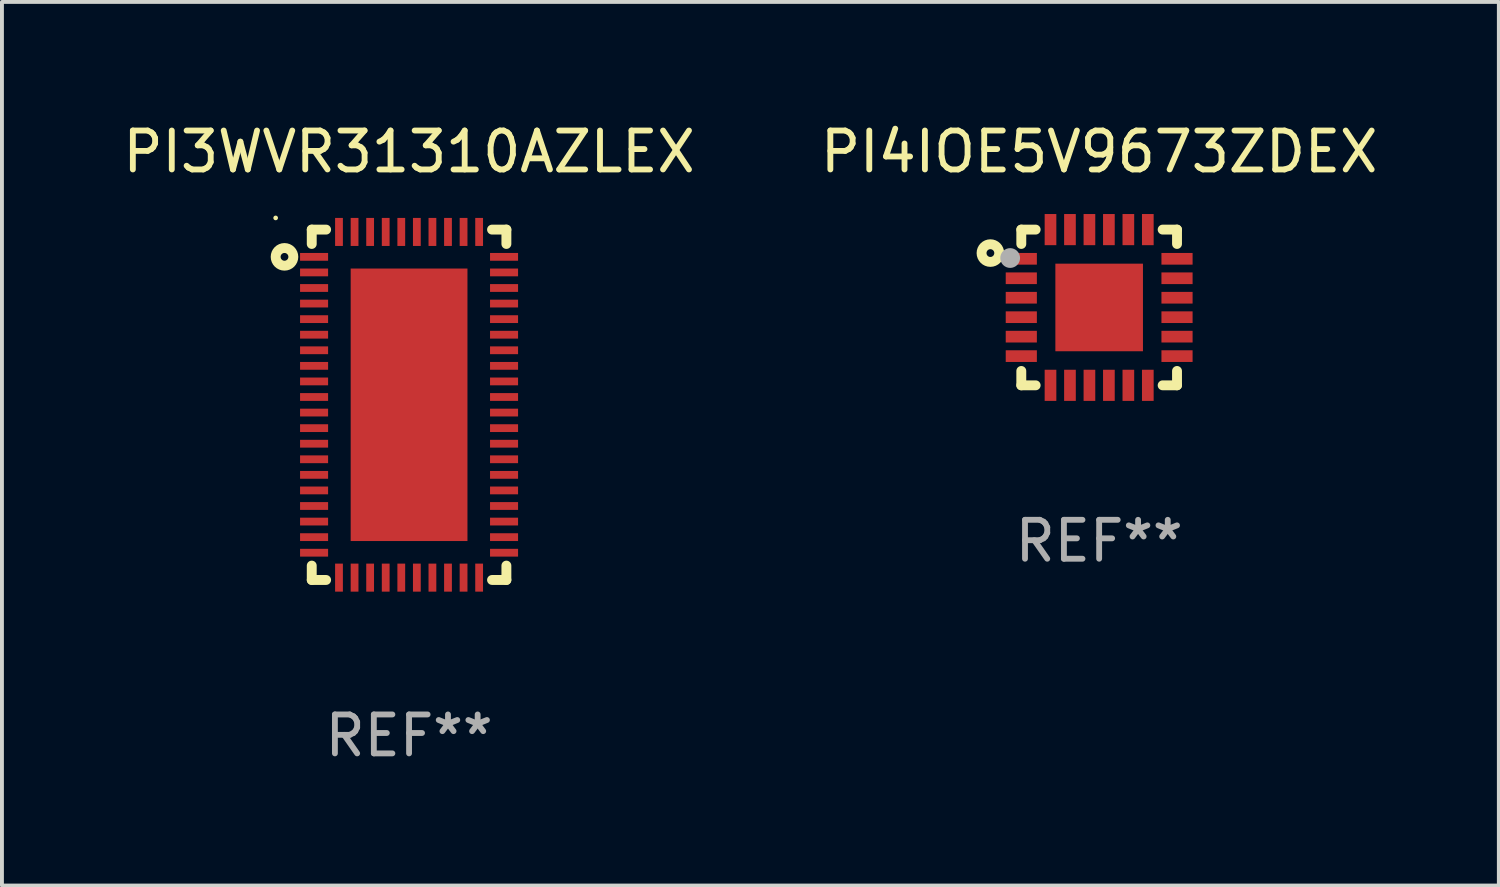
<source format=kicad_pcb>
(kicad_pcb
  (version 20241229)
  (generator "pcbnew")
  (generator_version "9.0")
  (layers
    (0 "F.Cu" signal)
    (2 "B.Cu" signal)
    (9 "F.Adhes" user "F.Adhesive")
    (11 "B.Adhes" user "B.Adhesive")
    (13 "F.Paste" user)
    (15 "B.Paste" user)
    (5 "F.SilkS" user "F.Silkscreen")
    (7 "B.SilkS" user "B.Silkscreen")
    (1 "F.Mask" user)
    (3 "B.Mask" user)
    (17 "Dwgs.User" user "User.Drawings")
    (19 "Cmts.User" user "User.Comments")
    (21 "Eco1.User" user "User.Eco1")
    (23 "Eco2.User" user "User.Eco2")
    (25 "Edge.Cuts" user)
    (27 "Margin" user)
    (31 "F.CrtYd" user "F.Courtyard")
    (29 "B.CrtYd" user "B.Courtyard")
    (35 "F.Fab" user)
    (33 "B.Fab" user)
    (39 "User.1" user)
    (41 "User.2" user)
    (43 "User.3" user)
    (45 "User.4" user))
  (footprint "PI4IOE5V9673ZDEX"
    (layer "F.Cu")
    (at 25.185 4.848)
    (property "Reference" "PI4IOE5V9673ZDEX" (at 0 -4 0) (layer "F.SilkS") (effects (font (size 1 1) (thickness 0.15))))
    (attr through_hole)
    (fp_line (start -2 -2) (end -1.631 -2) (stroke (width 0.254) (type solid)) (layer "F.SilkS"))
    (fp_line (start -2 -1.631) (end -2 -2) (stroke (width 0.254) (type solid)) (layer "F.SilkS"))
    (fp_line (start -2 2) (end -2 1.631) (stroke (width 0.254) (type solid)) (layer "F.SilkS"))
    (fp_line (start -1.631 2) (end -2 2) (stroke (width 0.254) (type solid)) (layer "F.SilkS"))
    (fp_line (start 1.631 -2) (end 2 -2) (stroke (width 0.254) (type solid)) (layer "F.SilkS"))
    (fp_line (start 2 -2) (end 2 -1.631) (stroke (width 0.254) (type solid)) (layer "F.SilkS"))
    (fp_line (start 2 1.631) (end 2 2) (stroke (width 0.254) (type solid)) (layer "F.SilkS"))
    (fp_line (start 2 2) (end 1.631 2) (stroke (width 0.254) (type solid)) (layer "F.SilkS"))
    (fp_circle (center -2.794 -1.397) (end -2.694 -1.397) (stroke (width 0.254) (type solid)) (fill no) (layer "F.SilkS"))
    (fp_circle (center -2 -2) (end -1.97 -2) (stroke (width 0.06) (type solid)) (fill no) (layer "F.SilkS"))
    (fp_circle (center -2.286 -1.27) (end -2.159 -1.27) (stroke (width 0.254) (type solid)) (fill no) (layer "F.Fab"))
    (fp_text user "REF**" (at 0 6 0) (layer "F.Fab") (effects (font (size 1 1) (thickness 0.15))))
    (pad "1" smd rect (at -2 -1.25) (size 0.8 0.3) (layers "F.Cu" "F.Mask" "F.Paste"))
    (pad "2" smd rect (at -2 -0.75) (size 0.8 0.3) (layers "F.Cu" "F.Mask" "F.Paste"))
    (pad "3" smd rect (at -2 -0.25) (size 0.8 0.3) (layers "F.Cu" "F.Mask" "F.Paste"))
    (pad "4" smd rect (at -2 0.25) (size 0.8 0.3) (layers "F.Cu" "F.Mask" "F.Paste"))
    (pad "5" smd rect (at -2 0.75) (size 0.8 0.3) (layers "F.Cu" "F.Mask" "F.Paste"))
    (pad "6" smd rect (at -2 1.25) (size 0.8 0.3) (layers "F.Cu" "F.Mask" "F.Paste"))
    (pad "7" smd rect (at -1.25 2) (size 0.3 0.8) (layers "F.Cu" "F.Mask" "F.Paste"))
    (pad "8" smd rect (at -0.75 2) (size 0.3 0.8) (layers "F.Cu" "F.Mask" "F.Paste"))
    (pad "9" smd rect (at -0.25 2) (size 0.3 0.8) (layers "F.Cu" "F.Mask" "F.Paste"))
    (pad "10" smd rect (at 0.25 2) (size 0.3 0.8) (layers "F.Cu" "F.Mask" "F.Paste"))
    (pad "11" smd rect (at 0.75 2) (size 0.3 0.8) (layers "F.Cu" "F.Mask" "F.Paste"))
    (pad "12" smd rect (at 1.25 2) (size 0.3 0.8) (layers "F.Cu" "F.Mask" "F.Paste"))
    (pad "13" smd rect (at 2 1.25) (size 0.8 0.3) (layers "F.Cu" "F.Mask" "F.Paste"))
    (pad "14" smd rect (at 2 0.75) (size 0.8 0.3) (layers "F.Cu" "F.Mask" "F.Paste"))
    (pad "15" smd rect (at 2 0.25) (size 0.8 0.3) (layers "F.Cu" "F.Mask" "F.Paste"))
    (pad "16" smd rect (at 2 -0.25) (size 0.8 0.3) (layers "F.Cu" "F.Mask" "F.Paste"))
    (pad "17" smd rect (at 2 -0.75) (size 0.8 0.3) (layers "F.Cu" "F.Mask" "F.Paste"))
    (pad "18" smd rect (at 2 -1.25) (size 0.8 0.3) (layers "F.Cu" "F.Mask" "F.Paste"))
    (pad "19" smd rect (at 1.25 -2) (size 0.3 0.8) (layers "F.Cu" "F.Mask" "F.Paste"))
    (pad "20" smd rect (at 0.75 -2) (size 0.3 0.8) (layers "F.Cu" "F.Mask" "F.Paste"))
    (pad "21" smd rect (at 0.25 -2) (size 0.3 0.8) (layers "F.Cu" "F.Mask" "F.Paste"))
    (pad "22" smd rect (at -0.25 -2) (size 0.3 0.8) (layers "F.Cu" "F.Mask" "F.Paste"))
    (pad "23" smd rect (at -0.75 -2) (size 0.3 0.8) (layers "F.Cu" "F.Mask" "F.Paste"))
    (pad "24" smd rect (at -1.25 -2) (size 0.3 0.8) (layers "F.Cu" "F.Mask" "F.Paste"))
    (pad "25" smd rect (at 0.000051 -0.000013) (size 2.25 2.25) (layers "F.Cu" "F.Mask" "F.Paste")))
  (footprint "PI3WVR31310AZLEX"
    (layer "F.Cu")
    (at 7.458 7.348)
    (property "Reference" "PI3WVR31310AZLEX" (at 0 -6.5 0) (layer "F.SilkS") (effects (font (size 1 1) (thickness 0.15))))
    (attr through_hole)
    (fp_line (start -2.5 -4.5) (end -2.131 -4.5) (stroke (width 0.254) (type solid)) (layer "F.SilkS"))
    (fp_line (start -2.5 -4.131) (end -2.5 -4.5) (stroke (width 0.254) (type solid)) (layer "F.SilkS"))
    (fp_line (start -2.5 4.5) (end -2.5 4.131) (stroke (width 0.254) (type solid)) (layer "F.SilkS"))
    (fp_line (start -2.131 4.5) (end -2.5 4.5) (stroke (width 0.254) (type solid)) (layer "F.SilkS"))
    (fp_line (start 2.131 -4.5) (end 2.5 -4.5) (stroke (width 0.254) (type solid)) (layer "F.SilkS"))
    (fp_line (start 2.5 -4.5) (end 2.5 -4.131) (stroke (width 0.254) (type solid)) (layer "F.SilkS"))
    (fp_line (start 2.5 4.131) (end 2.5 4.5) (stroke (width 0.254) (type solid)) (layer "F.SilkS"))
    (fp_line (start 2.5 4.5) (end 2.131 4.5) (stroke (width 0.254) (type solid)) (layer "F.SilkS"))
    (fp_circle (center -3.427 -4.8) (end -3.397 -4.8) (stroke (width 0.06) (type solid)) (fill no) (layer "F.SilkS"))
    (fp_circle (center -3.2 -3.8) (end -3.1 -3.8) (stroke (width 0.254) (type solid)) (fill no) (layer "F.SilkS"))
    (fp_text user "REF**" (at 0 8.5 0) (layer "F.Fab") (effects (font (size 1 1) (thickness 0.15))))
    (pad "1" smd rect (at -2.44 -3.8 90) (size 0.2 0.72) (layers "F.Cu" "F.Mask" "F.Paste"))
    (pad "2" smd rect (at -2.44 -3.4 90) (size 0.2 0.72) (layers "F.Cu" "F.Mask" "F.Paste"))
    (pad "3" smd rect (at -2.44 -3 90) (size 0.2 0.72) (layers "F.Cu" "F.Mask" "F.Paste"))
    (pad "4" smd rect (at -2.44 -2.6 90) (size 0.2 0.72) (layers "F.Cu" "F.Mask" "F.Paste"))
    (pad "5" smd rect (at -2.44 -2.2 90) (size 0.2 0.72) (layers "F.Cu" "F.Mask" "F.Paste"))
    (pad "6" smd rect (at -2.44 -1.8 90) (size 0.2 0.72) (layers "F.Cu" "F.Mask" "F.Paste"))
    (pad "7" smd rect (at -2.44 -1.4 90) (size 0.2 0.72) (layers "F.Cu" "F.Mask" "F.Paste"))
    (pad "8" smd rect (at -2.44 -1 90) (size 0.2 0.72) (layers "F.Cu" "F.Mask" "F.Paste"))
    (pad "9" smd rect (at -2.44 -0.6 90) (size 0.2 0.72) (layers "F.Cu" "F.Mask" "F.Paste"))
    (pad "10" smd rect (at -2.44 -0.2 90) (size 0.2 0.72) (layers "F.Cu" "F.Mask" "F.Paste"))
    (pad "11" smd rect (at -2.44 0.2 90) (size 0.2 0.72) (layers "F.Cu" "F.Mask" "F.Paste"))
    (pad "12" smd rect (at -2.44 0.6 90) (size 0.2 0.72) (layers "F.Cu" "F.Mask" "F.Paste"))
    (pad "13" smd rect (at -2.44 1 90) (size 0.2 0.72) (layers "F.Cu" "F.Mask" "F.Paste"))
    (pad "14" smd rect (at -2.44 1.4 90) (size 0.2 0.72) (layers "F.Cu" "F.Mask" "F.Paste"))
    (pad "15" smd rect (at -2.44 1.8 90) (size 0.2 0.72) (layers "F.Cu" "F.Mask" "F.Paste"))
    (pad "16" smd rect (at -2.44 2.2 90) (size 0.2 0.72) (layers "F.Cu" "F.Mask" "F.Paste"))
    (pad "17" smd rect (at -2.44 2.6 90) (size 0.2 0.72) (layers "F.Cu" "F.Mask" "F.Paste"))
    (pad "18" smd rect (at -2.44 3 90) (size 0.2 0.72) (layers "F.Cu" "F.Mask" "F.Paste"))
    (pad "19" smd rect (at -2.44 3.4 90) (size 0.2 0.72) (layers "F.Cu" "F.Mask" "F.Paste"))
    (pad "20" smd rect (at -2.44 3.8 90) (size 0.2 0.72) (layers "F.Cu" "F.Mask" "F.Paste"))
    (pad "21" smd rect (at -1.8 4.44 180) (size 0.2 0.72) (layers "F.Cu" "F.Mask" "F.Paste"))
    (pad "22" smd rect (at -1.4 4.44 180) (size 0.2 0.72) (layers "F.Cu" "F.Mask" "F.Paste"))
    (pad "23" smd rect (at -1 4.44 180) (size 0.2 0.72) (layers "F.Cu" "F.Mask" "F.Paste"))
    (pad "24" smd rect (at -0.6 4.44 180) (size 0.2 0.72) (layers "F.Cu" "F.Mask" "F.Paste"))
    (pad "25" smd rect (at -0.2 4.44 180) (size 0.2 0.72) (layers "F.Cu" "F.Mask" "F.Paste"))
    (pad "26" smd rect (at 0.2 4.44 180) (size 0.2 0.72) (layers "F.Cu" "F.Mask" "F.Paste"))
    (pad "27" smd rect (at 0.6 4.44 180) (size 0.2 0.72) (layers "F.Cu" "F.Mask" "F.Paste"))
    (pad "28" smd rect (at 1 4.44 180) (size 0.2 0.72) (layers "F.Cu" "F.Mask" "F.Paste"))
    (pad "29" smd rect (at 1.4 4.44 180) (size 0.2 0.72) (layers "F.Cu" "F.Mask" "F.Paste"))
    (pad "30" smd rect (at 1.8 4.44 180) (size 0.2 0.72) (layers "F.Cu" "F.Mask" "F.Paste"))
    (pad "31" smd rect (at 2.44 3.8 270) (size 0.2 0.72) (layers "F.Cu" "F.Mask" "F.Paste"))
    (pad "32" smd rect (at 2.44 3.4 270) (size 0.2 0.72) (layers "F.Cu" "F.Mask" "F.Paste"))
    (pad "33" smd rect (at 2.44 3 270) (size 0.2 0.72) (layers "F.Cu" "F.Mask" "F.Paste"))
    (pad "34" smd rect (at 2.44 2.6 270) (size 0.2 0.72) (layers "F.Cu" "F.Mask" "F.Paste"))
    (pad "35" smd rect (at 2.44 2.2 270) (size 0.2 0.72) (layers "F.Cu" "F.Mask" "F.Paste"))
    (pad "36" smd rect (at 2.44 1.8 270) (size 0.2 0.72) (layers "F.Cu" "F.Mask" "F.Paste"))
    (pad "37" smd rect (at 2.44 1.4 270) (size 0.2 0.72) (layers "F.Cu" "F.Mask" "F.Paste"))
    (pad "38" smd rect (at 2.44 1 270) (size 0.2 0.72) (layers "F.Cu" "F.Mask" "F.Paste"))
    (pad "39" smd rect (at 2.44 0.6 270) (size 0.2 0.72) (layers "F.Cu" "F.Mask" "F.Paste"))
    (pad "40" smd rect (at 2.44 0.2 270) (size 0.2 0.72) (layers "F.Cu" "F.Mask" "F.Paste"))
    (pad "41" smd rect (at 2.44 -0.2 270) (size 0.2 0.72) (layers "F.Cu" "F.Mask" "F.Paste"))
    (pad "42" smd rect (at 2.44 -0.6 270) (size 0.2 0.72) (layers "F.Cu" "F.Mask" "F.Paste"))
    (pad "43" smd rect (at 2.44 -1 270) (size 0.2 0.72) (layers "F.Cu" "F.Mask" "F.Paste"))
    (pad "44" smd rect (at 2.44 -1.4 270) (size 0.2 0.72) (layers "F.Cu" "F.Mask" "F.Paste"))
    (pad "45" smd rect (at 2.44 -1.8 270) (size 0.2 0.72) (layers "F.Cu" "F.Mask" "F.Paste"))
    (pad "46" smd rect (at 2.44 -2.2 270) (size 0.2 0.72) (layers "F.Cu" "F.Mask" "F.Paste"))
    (pad "47" smd rect (at 2.44 -2.6 270) (size 0.2 0.72) (layers "F.Cu" "F.Mask" "F.Paste"))
    (pad "48" smd rect (at 2.44 -3 270) (size 0.2 0.72) (layers "F.Cu" "F.Mask" "F.Paste"))
    (pad "49" smd rect (at 2.44 -3.4 270) (size 0.2 0.72) (layers "F.Cu" "F.Mask" "F.Paste"))
    (pad "50" smd rect (at 2.44 -3.8 270) (size 0.2 0.72) (layers "F.Cu" "F.Mask" "F.Paste"))
    (pad "51" smd rect (at 1.8 -4.44) (size 0.2 0.72) (layers "F.Cu" "F.Mask" "F.Paste"))
    (pad "52" smd rect (at 1.4 -4.44) (size 0.2 0.72) (layers "F.Cu" "F.Mask" "F.Paste"))
    (pad "53" smd rect (at 1 -4.44) (size 0.2 0.72) (layers "F.Cu" "F.Mask" "F.Paste"))
    (pad "54" smd rect (at 0.6 -4.44) (size 0.2 0.72) (layers "F.Cu" "F.Mask" "F.Paste"))
    (pad "55" smd rect (at 0.2 -4.44) (size 0.2 0.72) (layers "F.Cu" "F.Mask" "F.Paste"))
    (pad "56" smd rect (at -0.2 -4.44) (size 0.2 0.72) (layers "F.Cu" "F.Mask" "F.Paste"))
    (pad "57" smd rect (at -0.6 -4.44) (size 0.2 0.72) (layers "F.Cu" "F.Mask" "F.Paste"))
    (pad "58" smd rect (at -1 -4.44) (size 0.2 0.72) (layers "F.Cu" "F.Mask" "F.Paste"))
    (pad "59" smd rect (at -1.4 -4.44) (size 0.2 0.72) (layers "F.Cu" "F.Mask" "F.Paste"))
    (pad "60" smd rect (at -1.8 -4.44) (size 0.2 0.72) (layers "F.Cu" "F.Mask" "F.Paste"))
    (pad "61" smd rect (at 0 0) (size 3 7) (layers "F.Cu" "F.Mask" "F.Paste")))
  (gr_rect
    (start -3 -3)
    (end 35.452 19.697)
    (stroke (width 0.1) (type default))
    (fill no)
    (layer "Edge.Cuts")))
</source>
